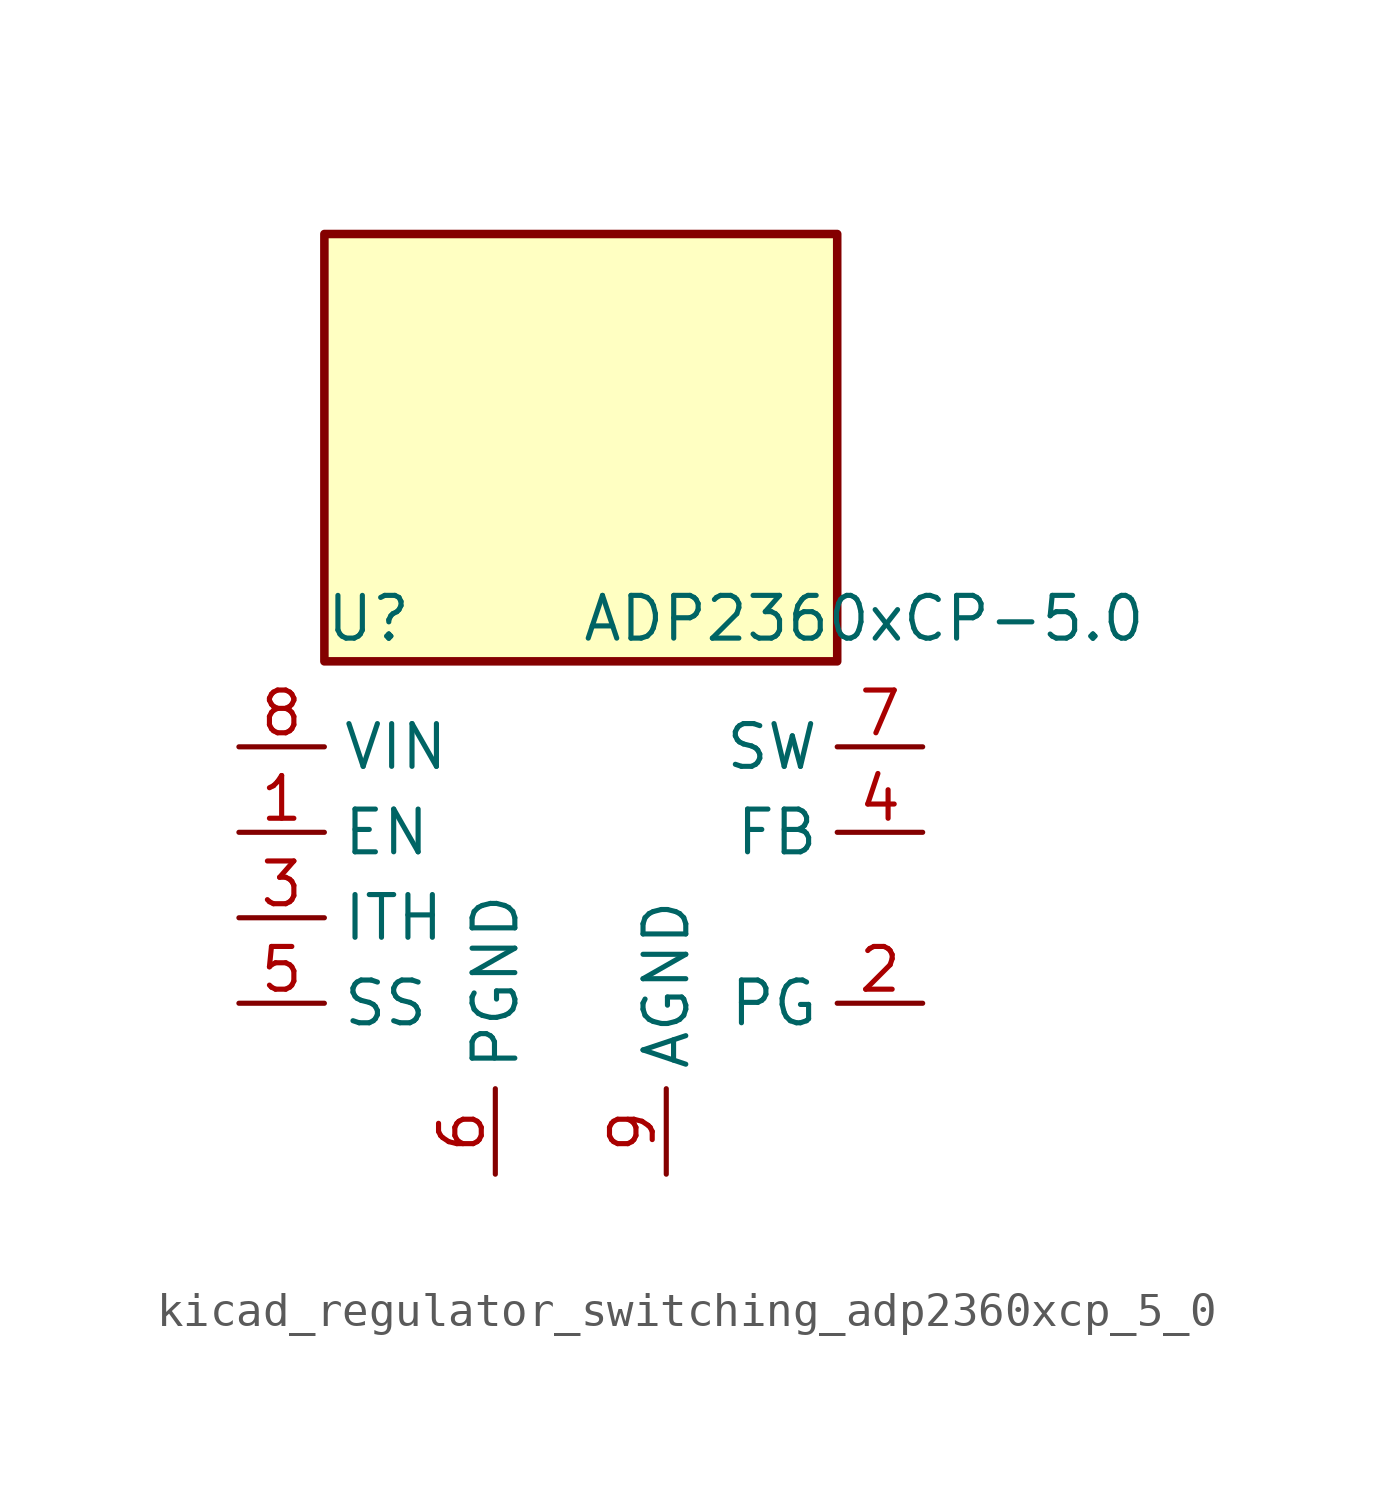
<source format=kicad_sym>
(kicad_symbol_lib
  (version 20220914)
  (generator kicad_symbol_editor)
  (symbol "kicad_regulator_switching_adp2360xcp_5_0"
    (property "Reference" "U"
      (at -7.62 6.35 0)
      (effects (font (size 1.27 1.27)) (justify left)))
    (property "Value" "ADP2360xCP-5.0"
      (at 0 6.35 0)
      (effects (font (size 1.27 1.27)) (justify left)))
    (symbol "kicad_regulator_switching_adp2360xcp_5_0_0_1"
      (rectangle (start 7.62 17.78) (end -7.62 5.08) (stroke (width 0.254) (type default)) (fill (type background))))
    (symbol "kicad_regulator_switching_adp2360xcp_5_0_1_1"
      (pin input line (at -10.16 0 0) (length 2.54) (name "EN" (effects (font (size 1.27 1.27)))) (number "1" (effects (font (size 1.27 1.27)))))
      (pin open_collector line (at 10.16 -5.08 180) (length 2.54) (name "PG" (effects (font (size 1.27 1.27)))) (number "2" (effects (font (size 1.27 1.27)))))
      (pin passive line (at -10.16 -2.54 0) (length 2.54) (name "ITH" (effects (font (size 1.27 1.27)))) (number "3" (effects (font (size 1.27 1.27)))))
      (pin input line (at 10.16 0 180) (length 2.54) (name "FB" (effects (font (size 1.27 1.27)))) (number "4" (effects (font (size 1.27 1.27)))))
      (pin passive line (at -10.16 -5.08 0) (length 2.54) (name "SS" (effects (font (size 1.27 1.27)))) (number "5" (effects (font (size 1.27 1.27)))))
      (pin power_in line (at -2.54 -10.16 90) (length 2.54) (name "PGND" (effects (font (size 1.27 1.27)))) (number "6" (effects (font (size 1.27 1.27)))))
      (pin power_out line (at 10.16 2.54 180) (length 2.54) (name "SW" (effects (font (size 1.27 1.27)))) (number "7" (effects (font (size 1.27 1.27)))))
      (pin power_in line (at -10.16 2.54 0) (length 2.54) (name "VIN" (effects (font (size 1.27 1.27)))) (number "8" (effects (font (size 1.27 1.27)))))
      (pin power_in line (at 2.54 -10.16 90) (length 2.54) (name "AGND" (effects (font (size 1.27 1.27)))) (number "9" (effects (font (size 1.27 1.27))))))))
</source>
